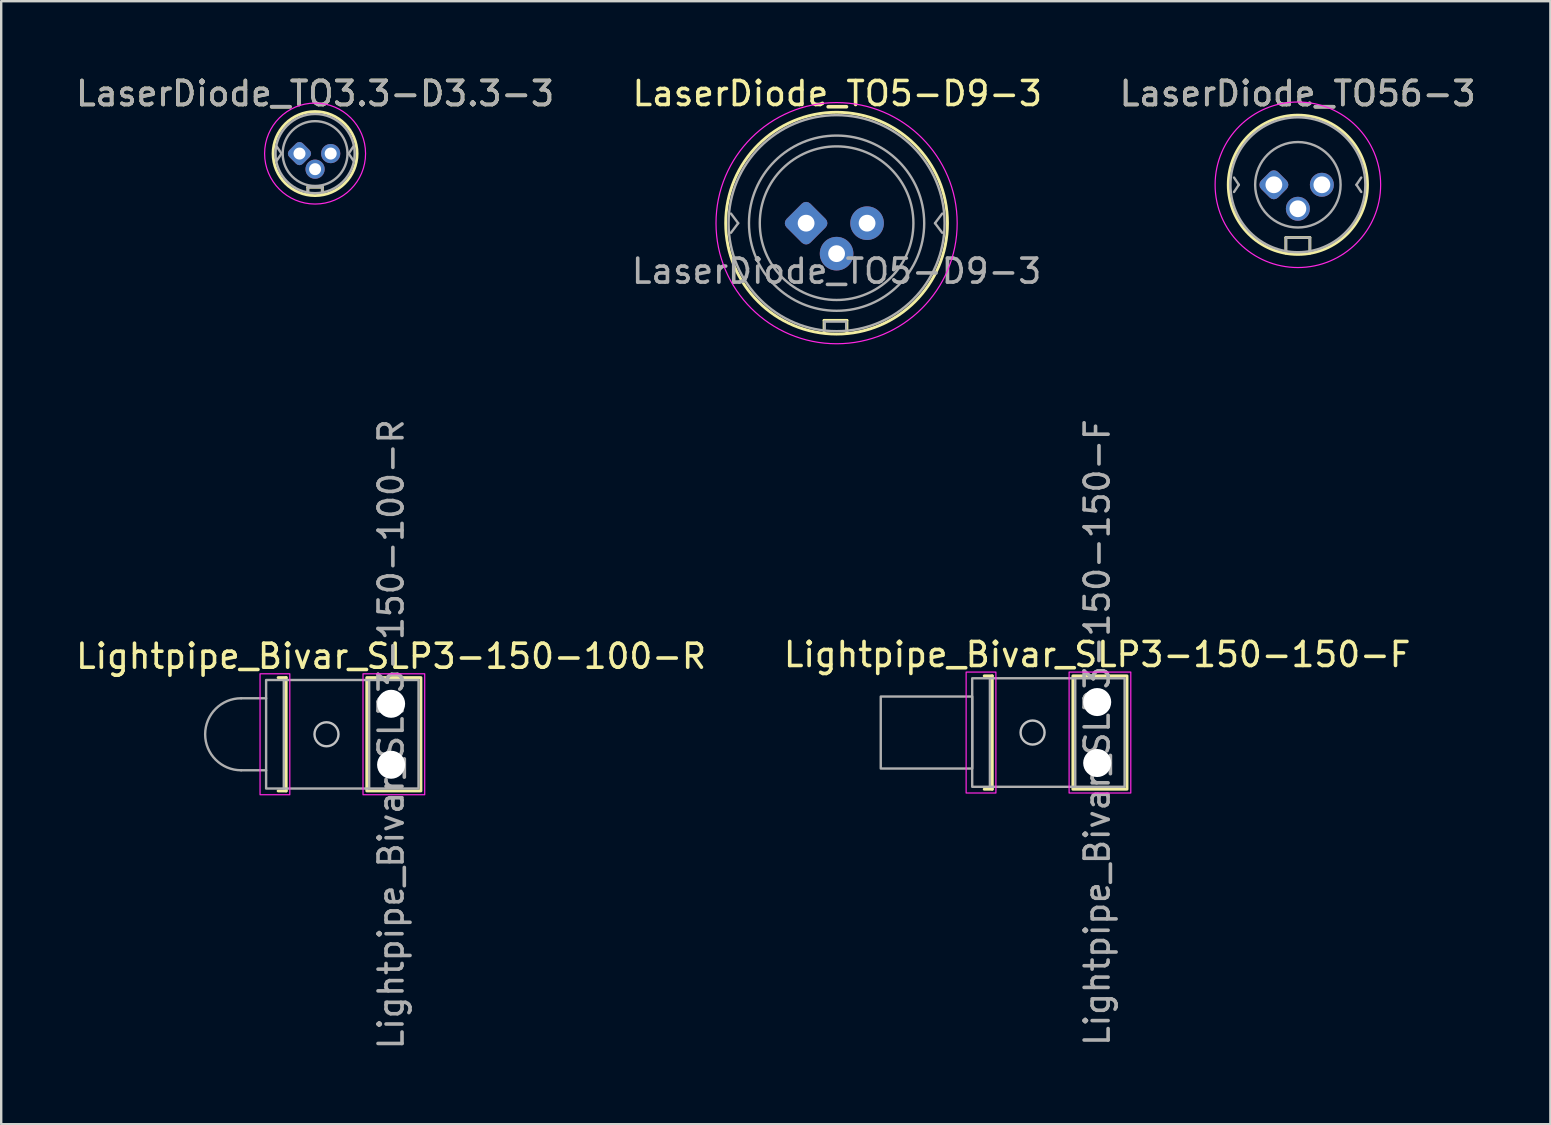
<source format=kicad_pcb>
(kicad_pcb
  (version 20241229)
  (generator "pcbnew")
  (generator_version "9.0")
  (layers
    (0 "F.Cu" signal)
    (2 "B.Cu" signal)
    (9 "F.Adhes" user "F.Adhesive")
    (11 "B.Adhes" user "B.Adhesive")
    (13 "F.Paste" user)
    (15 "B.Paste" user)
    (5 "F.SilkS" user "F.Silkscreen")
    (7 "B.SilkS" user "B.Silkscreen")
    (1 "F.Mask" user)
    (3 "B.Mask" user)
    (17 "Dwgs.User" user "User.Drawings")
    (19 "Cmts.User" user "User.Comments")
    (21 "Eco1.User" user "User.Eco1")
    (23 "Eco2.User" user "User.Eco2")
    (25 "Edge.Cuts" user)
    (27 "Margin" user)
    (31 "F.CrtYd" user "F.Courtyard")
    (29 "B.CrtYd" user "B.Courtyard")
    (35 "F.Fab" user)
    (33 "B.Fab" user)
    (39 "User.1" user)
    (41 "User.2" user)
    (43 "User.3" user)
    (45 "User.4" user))
  (footprint "Lightpipe_Bivar_SLP3-150-100-R"
    (layer "F.Cu")
    (at 13.244 27.541)
    (property "Reference" "Lightpipe_Bivar_SLP3-150-100-R" (at 0 -3.25 0) (layer "F.SilkS") (effects (font (size 1 1) (thickness 0.15))))
    (fp_line (start -4.707 -2.361) (end -4.37 -2.361) (stroke (width 0.12) (type default)) (layer "F.SilkS"))
    (fp_line (start -4.37 -2.361) (end -4.37 2.361) (stroke (width 0.12) (type default)) (layer "F.SilkS"))
    (fp_line (start -4.37 2.361) (end -4.707 2.361) (stroke (width 0.12) (type default)) (layer "F.SilkS"))
    (fp_rect (start -1.014 2.361) (end 1.243 -2.361) (stroke (width 0.12) (type solid)) (fill no) (layer "F.SilkS"))
    (fp_circle (center -2.692 0) (end -2.192 0) (stroke (width 0.1) (type solid)) (fill no) (layer "Dwgs.User"))
    (fp_rect (start -5.46 -2.52) (end -4.22 2.52) (stroke (width 0.05) (type solid)) (fill no) (layer "F.CrtYd"))
    (fp_rect (start -1.17 -2.52) (end 1.4 2.52) (stroke (width 0.05) (type solid)) (fill no) (layer "F.CrtYd"))
    (fp_line (start -6.247 -1.5) (end -5.207 -1.5) (stroke (width 0.1) (type solid)) (layer "F.Fab"))
    (fp_line (start -6.247 1.5) (end -5.207 1.5) (stroke (width 0.1) (type solid)) (layer "F.Fab"))
    (fp_line (start -4.47 -2.261) (end -0.914 -2.261) (stroke (width 0.1) (type solid)) (layer "F.Fab"))
    (fp_line (start -4.47 2.261) (end -0.914 2.261) (stroke (width 0.1) (type solid)) (layer "F.Fab"))
    (fp_rect (start -5.207 -2.261) (end -4.47 2.261) (stroke (width 0.1) (type solid)) (fill no) (layer "F.Fab"))
    (fp_rect (start -0.914 -2.261) (end 1.143 2.261) (stroke (width 0.1) (type solid)) (fill no) (layer "F.Fab"))
    (fp_arc (start -6.247 1.5) (mid -7.747 0) (end -6.247 -1.5) (stroke (width 0.1) (type solid)) (layer "F.Fab"))
    (fp_text user "${REFERENCE}" (at 0 0 90) (layer "F.Fab") (effects (font (size 1 1) (thickness 0.15))))
    (pad "" np_thru_hole circle (at 0 -1.27) (size 1.168 1.168) (drill 1.168) (layers "*.Cu" "*.Mask"))
    (pad "" np_thru_hole circle (at 0 1.27) (size 1.168 1.168) (drill 1.168) (layers "*.Cu" "*.Mask")))
  (footprint "LaserDiode_TO56-3"
    (layer "F.Cu")
    (at 50.022 4.648)
    (property "Reference" "LaserDiode_TO56-3" (at 0.99 -3.8 0) (layer "F.SilkS") (effects (font (size 1 1) (thickness 0.15))))
    (attr through_hole)
    (fp_line (start 0.5 2.2) (end 1.5 2.2) (stroke (width 0.12) (type solid)) (layer "F.SilkS"))
    (fp_line (start 0.5 2.85) (end 0.5 2.2) (stroke (width 0.12) (type solid)) (layer "F.SilkS"))
    (fp_line (start 1.5 2.2) (end 1.5 2.85) (stroke (width 0.12) (type solid)) (layer "F.SilkS"))
    (fp_circle (center 1 0) (end 3.9 0) (stroke (width 0.12) (type solid)) (fill no) (layer "F.SilkS"))
    (fp_circle (center 1 0) (end 4.3 1) (stroke (width 0.05) (type solid)) (fill no) (layer "F.CrtYd"))
    (fp_line (start -1.66 -0.3) (end -1.46 0) (stroke (width 0.1) (type solid)) (layer "F.Fab"))
    (fp_line (start -1.46 0) (end -1.66 0.3) (stroke (width 0.1) (type solid)) (layer "F.Fab"))
    (fp_line (start 0.5 2.2) (end 1.5 2.2) (stroke (width 0.1) (type solid)) (layer "F.Fab"))
    (fp_line (start 0.5 2.7) (end 0.5 2.2) (stroke (width 0.1) (type solid)) (layer "F.Fab"))
    (fp_line (start 1.5 2.2) (end 1.5 2.7) (stroke (width 0.1) (type solid)) (layer "F.Fab"))
    (fp_line (start 3.44 0) (end 3.64 0.3) (stroke (width 0.1) (type solid)) (layer "F.Fab"))
    (fp_line (start 3.64 -0.3) (end 3.44 0) (stroke (width 0.1) (type solid)) (layer "F.Fab"))
    (fp_circle (center 1 0) (end 2.78 0) (stroke (width 0.1) (type solid)) (fill no) (layer "F.Fab"))
    (fp_circle (center 1 0) (end 3.81 0) (stroke (width 0.1) (type solid)) (fill no) (layer "F.Fab"))
    (fp_text user "${REFERENCE}" (at 0.99 -3.8 0) (layer "F.Fab") (effects (font (size 1 1) (thickness 0.15))))
    (pad "1" thru_hole roundrect (at 0 0 45) (size 1 1) (drill 0.7) (layers "*.Cu" "*.Mask") (roundrect_rratio 0.25))
    (pad "2" thru_hole circle (at 1 1) (size 1 1) (drill 0.7) (layers "*.Cu" "*.Mask"))
    (pad "3" thru_hole circle (at 2 0) (size 1 1) (drill 0.7) (layers "*.Cu" "*.Mask")))
  (footprint "LaserDiode_TO3.3-D3.3-3"
    (layer "F.Cu")
    (at 9.427 3.348)
    (property "Reference" "LaserDiode_TO3.3-D3.3-3" (at 0.65 -2.5 0) (layer "F.SilkS") (effects (font (size 1 1) (thickness 0.15))))
    (attr through_hole)
    (fp_line (start 0.35 1.4) (end 0.35 1.7) (stroke (width 0.12) (type solid)) (layer "F.SilkS"))
    (fp_line (start 0.95 1.4) (end 0.35 1.4) (stroke (width 0.12) (type solid)) (layer "F.SilkS"))
    (fp_line (start 0.95 1.7) (end 0.95 1.4) (stroke (width 0.12) (type solid)) (layer "F.SilkS"))
    (fp_circle (center 0.65 0) (end -1.1 0) (stroke (width 0.12) (type solid)) (fill no) (layer "F.SilkS"))
    (fp_circle (center 0.65 0) (end 2.5 1) (stroke (width 0.05) (type solid)) (fill no) (layer "F.CrtYd"))
    (fp_line (start -0.95 -0.3) (end -0.75 0) (stroke (width 0.1) (type solid)) (layer "F.Fab"))
    (fp_line (start -0.75 0) (end -0.95 0.3) (stroke (width 0.1) (type solid)) (layer "F.Fab"))
    (fp_line (start 0.35 1.4) (end 0.95 1.4) (stroke (width 0.1) (type solid)) (layer "F.Fab"))
    (fp_line (start 0.35 1.6) (end 0.35 1.4) (stroke (width 0.1) (type solid)) (layer "F.Fab"))
    (fp_line (start 0.95 1.4) (end 0.95 1.6) (stroke (width 0.1) (type solid)) (layer "F.Fab"))
    (fp_line (start 2.05 0) (end 2.25 0.3) (stroke (width 0.1) (type solid)) (layer "F.Fab"))
    (fp_line (start 2.25 -0.3) (end 2.05 0) (stroke (width 0.1) (type solid)) (layer "F.Fab"))
    (fp_circle (center 0.65 0) (end -1 0) (stroke (width 0.1) (type solid)) (fill no) (layer "F.Fab"))
    (fp_circle (center 0.65 0) (end 2 0) (stroke (width 0.1) (type solid)) (fill no) (layer "F.Fab"))
    (fp_text user "${REFERENCE}" (at 0.65 -2.5 0) (layer "F.Fab") (effects (font (size 1 1) (thickness 0.15))))
    (pad "1" thru_hole roundrect (at 0 0 45) (size 0.8 0.8) (drill 0.5) (layers "*.Cu" "*.Mask") (roundrect_rratio 0.25))
    (pad "2" thru_hole circle (at 0.65 0.65) (size 0.8 0.8) (drill 0.5) (layers "*.Cu" "*.Mask"))
    (pad "3" thru_hole circle (at 1.3 0) (size 0.8 0.8) (drill 0.5) (layers "*.Cu" "*.Mask")))
  (footprint "LaserDiode_TO5-D9-3"
    (layer "F.Cu")
    (at 30.534 6.248)
    (property "Reference" "LaserDiode_TO5-D9-3" (at 1.3 -5.4 0) (layer "F.SilkS") (effects (font (size 1 1) (thickness 0.15))))
    (attr through_hole)
    (fp_line (start 0.75 4.05) (end 1.7 4.05) (stroke (width 0.12) (type solid)) (layer "F.SilkS"))
    (fp_line (start 0.75 4.55) (end 0.75 4.05) (stroke (width 0.12) (type solid)) (layer "F.SilkS"))
    (fp_line (start 1.7 4.05) (end 1.7 4.55) (stroke (width 0.12) (type solid)) (layer "F.SilkS"))
    (fp_circle (center 1.27 0) (end -3.35 0) (stroke (width 0.12) (type solid)) (fill no) (layer "F.SilkS"))
    (fp_circle (center 1.27 0) (end 5.4 2.86) (stroke (width 0.05) (type solid)) (fill no) (layer "F.CrtYd"))
    (fp_line (start -2.83 0) (end -3.13 -0.4) (stroke (width 0.1) (type solid)) (layer "F.Fab"))
    (fp_line (start -2.83 0) (end -3.13 0.4) (stroke (width 0.1) (type solid)) (layer "F.Fab"))
    (fp_line (start 0.77 4.1) (end 1.67 4.1) (stroke (width 0.1) (type solid)) (layer "F.Fab"))
    (fp_line (start 0.77 4.4) (end 0.77 4.1) (stroke (width 0.1) (type solid)) (layer "F.Fab"))
    (fp_line (start 1.67 4.1) (end 1.67 4.4) (stroke (width 0.1) (type solid)) (layer "F.Fab"))
    (fp_line (start 5.37 0) (end 5.67 0.4) (stroke (width 0.1) (type solid)) (layer "F.Fab"))
    (fp_line (start 5.67 -0.4) (end 5.37 0) (stroke (width 0.1) (type solid)) (layer "F.Fab"))
    (fp_circle (center 1.27 0) (end -3.23 0) (stroke (width 0.1) (type solid)) (fill no) (layer "F.Fab"))
    (fp_circle (center 1.27 0) (end 4.47 0) (stroke (width 0.1) (type solid)) (fill no) (layer "F.Fab"))
    (fp_circle (center 1.27 0) (end 4.92 0) (stroke (width 0.1) (type solid)) (fill no) (layer "F.Fab"))
    (fp_text user "${REFERENCE}" (at 1.27 2 0) (layer "F.Fab") (effects (font (size 1 1) (thickness 0.15))))
    (pad "1" thru_hole roundrect (at 0 0 45) (size 1.4 1.4) (drill 0.7) (layers "*.Cu" "*.Mask") (roundrect_rratio 0.178))
    (pad "2" thru_hole circle (at 1.27 1.27) (size 1.4 1.4) (drill 0.7) (layers "*.Cu" "*.Mask"))
    (pad "3" thru_hole circle (at 2.54 0) (size 1.4 1.4) (drill 0.7) (layers "*.Cu" "*.Mask")))
  (footprint "Lightpipe_Bivar_SLP3-150-150-F"
    (layer "F.Cu")
    (at 42.661 27.469)
    (property "Reference" "Lightpipe_Bivar_SLP3-150-150-F" (at 0 -3.25 0) (layer "F.SilkS") (effects (font (size 1 1) (thickness 0.15))))
    (fp_line (start -4.707 -2.361) (end -4.37 -2.361) (stroke (width 0.12) (type default)) (layer "F.SilkS"))
    (fp_line (start -4.37 -2.361) (end -4.37 2.361) (stroke (width 0.12) (type default)) (layer "F.SilkS"))
    (fp_line (start -4.37 2.361) (end -4.707 2.361) (stroke (width 0.12) (type default)) (layer "F.SilkS"))
    (fp_rect (start -1.014 2.361) (end 1.243 -2.361) (stroke (width 0.12) (type solid)) (fill no) (layer "F.SilkS"))
    (fp_circle (center -2.692 0) (end -2.192 0) (stroke (width 0.1) (type solid)) (fill no) (layer "Dwgs.User"))
    (fp_rect (start -5.46 -2.52) (end -4.22 2.52) (stroke (width 0.05) (type solid)) (fill no) (layer "F.CrtYd"))
    (fp_rect (start -1.17 -2.52) (end 1.4 2.52) (stroke (width 0.05) (type solid)) (fill no) (layer "F.CrtYd"))
    (fp_line (start -4.47 -2.261) (end -0.914 -2.261) (stroke (width 0.1) (type solid)) (layer "F.Fab"))
    (fp_line (start -4.47 2.261) (end -0.914 2.261) (stroke (width 0.1) (type solid)) (layer "F.Fab"))
    (fp_rect (start -5.207 -2.261) (end -4.47 2.261) (stroke (width 0.1) (type solid)) (fill no) (layer "F.Fab"))
    (fp_rect (start -5.207 -1.5) (end -9.017 1.5) (stroke (width 0.1) (type solid)) (fill no) (layer "F.Fab"))
    (fp_rect (start -0.914 -2.261) (end 1.143 2.261) (stroke (width 0.1) (type solid)) (fill no) (layer "F.Fab"))
    (fp_text user "${REFERENCE}" (at 0 0 90) (layer "F.Fab") (effects (font (size 1 1) (thickness 0.15))))
    (pad "" np_thru_hole circle (at 0 -1.27) (size 1.168 1.168) (drill 1.168) (layers "*.Cu" "*.Mask"))
    (pad "" np_thru_hole circle (at 0 1.27) (size 1.168 1.168) (drill 1.168) (layers "*.Cu" "*.Mask")))
  (gr_rect
    (start -3 -3)
    (end 61.542 43.785)
    (stroke (width 0.1) (type default))
    (fill no)
    (layer "Edge.Cuts")))
</source>
